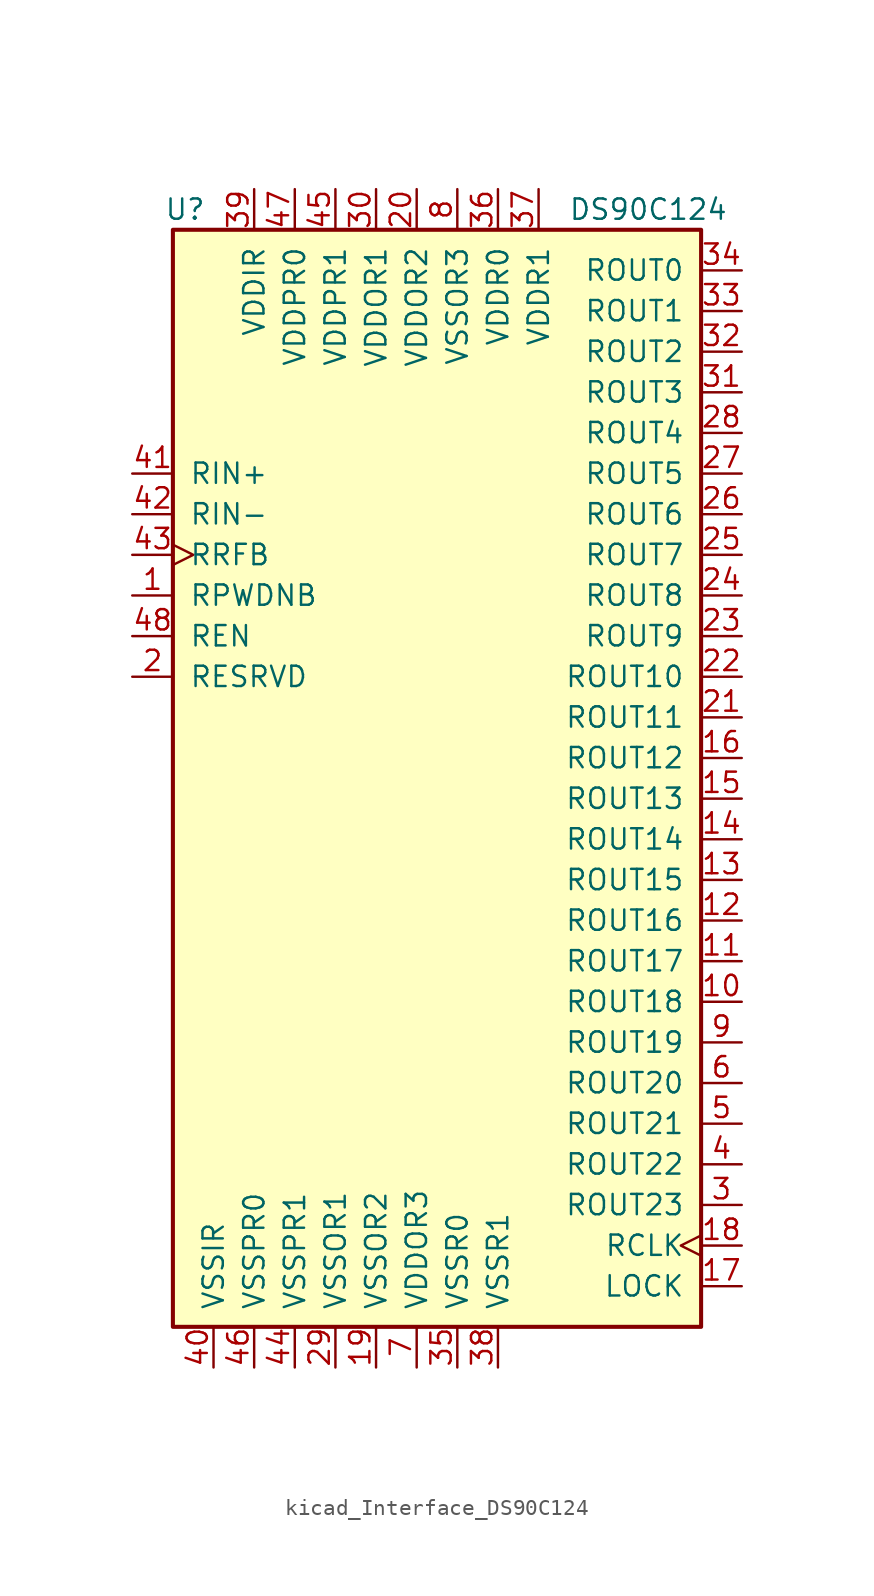
<source format=kicad_sym>
(kicad_symbol_lib
  (version 20220914)
  (generator kicad_symbol_editor)
  (symbol "kicad_Interface_DS90C124"
    (pin_names
      (offset 1.016))
    (property "Reference" "U"
      (at -14.478 34.29 0)
      (effects (font (size 1.27 1.27))))
    (property "Value" "DS90C124"
      (at 14.478 34.29 0)
      (effects (font (size 1.27 1.27))))
    (symbol "kicad_Interface_DS90C124_0_1"
      (rectangle (start -15.24 33.02) (end 17.78 -35.56) (stroke (width 0.254) (type default)) (fill (type background))))
    (symbol "kicad_Interface_DS90C124_1_1"
      (pin input line (at -17.78 10.16 0) (length 2.54) (name "RPWDNB" (effects (font (size 1.27 1.27)))) (number "1" (effects (font (size 1.27 1.27)))))
      (pin output line (at 20.32 -15.24 180) (length 2.54) (name "ROUT18" (effects (font (size 1.27 1.27)))) (number "10" (effects (font (size 1.27 1.27)))))
      (pin output line (at 20.32 -12.7 180) (length 2.54) (name "ROUT17" (effects (font (size 1.27 1.27)))) (number "11" (effects (font (size 1.27 1.27)))))
      (pin output line (at 20.32 -10.16 180) (length 2.54) (name "ROUT16" (effects (font (size 1.27 1.27)))) (number "12" (effects (font (size 1.27 1.27)))))
      (pin output line (at 20.32 -7.62 180) (length 2.54) (name "ROUT15" (effects (font (size 1.27 1.27)))) (number "13" (effects (font (size 1.27 1.27)))))
      (pin output line (at 20.32 -5.08 180) (length 2.54) (name "ROUT14" (effects (font (size 1.27 1.27)))) (number "14" (effects (font (size 1.27 1.27)))))
      (pin output line (at 20.32 -2.54 180) (length 2.54) (name "ROUT13" (effects (font (size 1.27 1.27)))) (number "15" (effects (font (size 1.27 1.27)))))
      (pin output line (at 20.32 0 180) (length 2.54) (name "ROUT12" (effects (font (size 1.27 1.27)))) (number "16" (effects (font (size 1.27 1.27)))))
      (pin output line (at 20.32 -33.02 180) (length 2.54) (name "LOCK" (effects (font (size 1.27 1.27)))) (number "17" (effects (font (size 1.27 1.27)))))
      (pin output clock (at 20.32 -30.48 180) (length 2.54) (name "RCLK" (effects (font (size 1.27 1.27)))) (number "18" (effects (font (size 1.27 1.27)))))
      (pin power_in line (at -2.54 -38.1 90) (length 2.54) (name "VSSOR2" (effects (font (size 1.27 1.27)))) (number "19" (effects (font (size 1.27 1.27)))))
      (pin input line (at -17.78 5.08 0) (length 2.54) (name "RESRVD" (effects (font (size 1.27 1.27)))) (number "2" (effects (font (size 1.27 1.27)))))
      (pin power_in line (at 0 35.56 270) (length 2.54) (name "VDDOR2" (effects (font (size 1.27 1.27)))) (number "20" (effects (font (size 1.27 1.27)))))
      (pin output line (at 20.32 2.54 180) (length 2.54) (name "ROUT11" (effects (font (size 1.27 1.27)))) (number "21" (effects (font (size 1.27 1.27)))))
      (pin output line (at 20.32 5.08 180) (length 2.54) (name "ROUT10" (effects (font (size 1.27 1.27)))) (number "22" (effects (font (size 1.27 1.27)))))
      (pin output line (at 20.32 7.62 180) (length 2.54) (name "ROUT9" (effects (font (size 1.27 1.27)))) (number "23" (effects (font (size 1.27 1.27)))))
      (pin output line (at 20.32 10.16 180) (length 2.54) (name "ROUT8" (effects (font (size 1.27 1.27)))) (number "24" (effects (font (size 1.27 1.27)))))
      (pin output line (at 20.32 12.7 180) (length 2.54) (name "ROUT7" (effects (font (size 1.27 1.27)))) (number "25" (effects (font (size 1.27 1.27)))))
      (pin output line (at 20.32 15.24 180) (length 2.54) (name "ROUT6" (effects (font (size 1.27 1.27)))) (number "26" (effects (font (size 1.27 1.27)))))
      (pin output line (at 20.32 17.78 180) (length 2.54) (name "ROUT5" (effects (font (size 1.27 1.27)))) (number "27" (effects (font (size 1.27 1.27)))))
      (pin output line (at 20.32 20.32 180) (length 2.54) (name "ROUT4" (effects (font (size 1.27 1.27)))) (number "28" (effects (font (size 1.27 1.27)))))
      (pin power_in line (at -5.08 -38.1 90) (length 2.54) (name "VSSOR1" (effects (font (size 1.27 1.27)))) (number "29" (effects (font (size 1.27 1.27)))))
      (pin output line (at 20.32 -27.94 180) (length 2.54) (name "ROUT23" (effects (font (size 1.27 1.27)))) (number "3" (effects (font (size 1.27 1.27)))))
      (pin power_in line (at -2.54 35.56 270) (length 2.54) (name "VDDOR1" (effects (font (size 1.27 1.27)))) (number "30" (effects (font (size 1.27 1.27)))))
      (pin output line (at 20.32 22.86 180) (length 2.54) (name "ROUT3" (effects (font (size 1.27 1.27)))) (number "31" (effects (font (size 1.27 1.27)))))
      (pin output line (at 20.32 25.4 180) (length 2.54) (name "ROUT2" (effects (font (size 1.27 1.27)))) (number "32" (effects (font (size 1.27 1.27)))))
      (pin output line (at 20.32 27.94 180) (length 2.54) (name "ROUT1" (effects (font (size 1.27 1.27)))) (number "33" (effects (font (size 1.27 1.27)))))
      (pin output line (at 20.32 30.48 180) (length 2.54) (name "ROUT0" (effects (font (size 1.27 1.27)))) (number "34" (effects (font (size 1.27 1.27)))))
      (pin power_in line (at 2.54 -38.1 90) (length 2.54) (name "VSSR0" (effects (font (size 1.27 1.27)))) (number "35" (effects (font (size 1.27 1.27)))))
      (pin power_in line (at 5.08 35.56 270) (length 2.54) (name "VDDR0" (effects (font (size 1.27 1.27)))) (number "36" (effects (font (size 1.27 1.27)))))
      (pin power_in line (at 7.62 35.56 270) (length 2.54) (name "VDDR1" (effects (font (size 1.27 1.27)))) (number "37" (effects (font (size 1.27 1.27)))))
      (pin power_in line (at 5.08 -38.1 90) (length 2.54) (name "VSSR1" (effects (font (size 1.27 1.27)))) (number "38" (effects (font (size 1.27 1.27)))))
      (pin power_in line (at -10.16 35.56 270) (length 2.54) (name "VDDIR" (effects (font (size 1.27 1.27)))) (number "39" (effects (font (size 1.27 1.27)))))
      (pin output line (at 20.32 -25.4 180) (length 2.54) (name "ROUT22" (effects (font (size 1.27 1.27)))) (number "4" (effects (font (size 1.27 1.27)))))
      (pin power_in line (at -12.7 -38.1 90) (length 2.54) (name "VSSIR" (effects (font (size 1.27 1.27)))) (number "40" (effects (font (size 1.27 1.27)))))
      (pin input line (at -17.78 17.78 0) (length 2.54) (name "RIN+" (effects (font (size 1.27 1.27)))) (number "41" (effects (font (size 1.27 1.27)))))
      (pin input line (at -17.78 15.24 0) (length 2.54) (name "RIN-" (effects (font (size 1.27 1.27)))) (number "42" (effects (font (size 1.27 1.27)))))
      (pin input clock (at -17.78 12.7 0) (length 2.54) (name "RRFB" (effects (font (size 1.27 1.27)))) (number "43" (effects (font (size 1.27 1.27)))))
      (pin power_in line (at -7.62 -38.1 90) (length 2.54) (name "VSSPR1" (effects (font (size 1.27 1.27)))) (number "44" (effects (font (size 1.27 1.27)))))
      (pin power_in line (at -5.08 35.56 270) (length 2.54) (name "VDDPR1" (effects (font (size 1.27 1.27)))) (number "45" (effects (font (size 1.27 1.27)))))
      (pin power_in line (at -10.16 -38.1 90) (length 2.54) (name "VSSPR0" (effects (font (size 1.27 1.27)))) (number "46" (effects (font (size 1.27 1.27)))))
      (pin power_in line (at -7.62 35.56 270) (length 2.54) (name "VDDPR0" (effects (font (size 1.27 1.27)))) (number "47" (effects (font (size 1.27 1.27)))))
      (pin input line (at -17.78 7.62 0) (length 2.54) (name "REN" (effects (font (size 1.27 1.27)))) (number "48" (effects (font (size 1.27 1.27)))))
      (pin output line (at 20.32 -22.86 180) (length 2.54) (name "ROUT21" (effects (font (size 1.27 1.27)))) (number "5" (effects (font (size 1.27 1.27)))))
      (pin output line (at 20.32 -20.32 180) (length 2.54) (name "ROUT20" (effects (font (size 1.27 1.27)))) (number "6" (effects (font (size 1.27 1.27)))))
      (pin power_in line (at 0 -38.1 90) (length 2.54) (name "VDDOR3" (effects (font (size 1.27 1.27)))) (number "7" (effects (font (size 1.27 1.27)))))
      (pin power_in line (at 2.54 35.56 270) (length 2.54) (name "VSSOR3" (effects (font (size 1.27 1.27)))) (number "8" (effects (font (size 1.27 1.27)))))
      (pin output line (at 20.32 -17.78 180) (length 2.54) (name "ROUT19" (effects (font (size 1.27 1.27)))) (number "9" (effects (font (size 1.27 1.27))))))))
</source>
